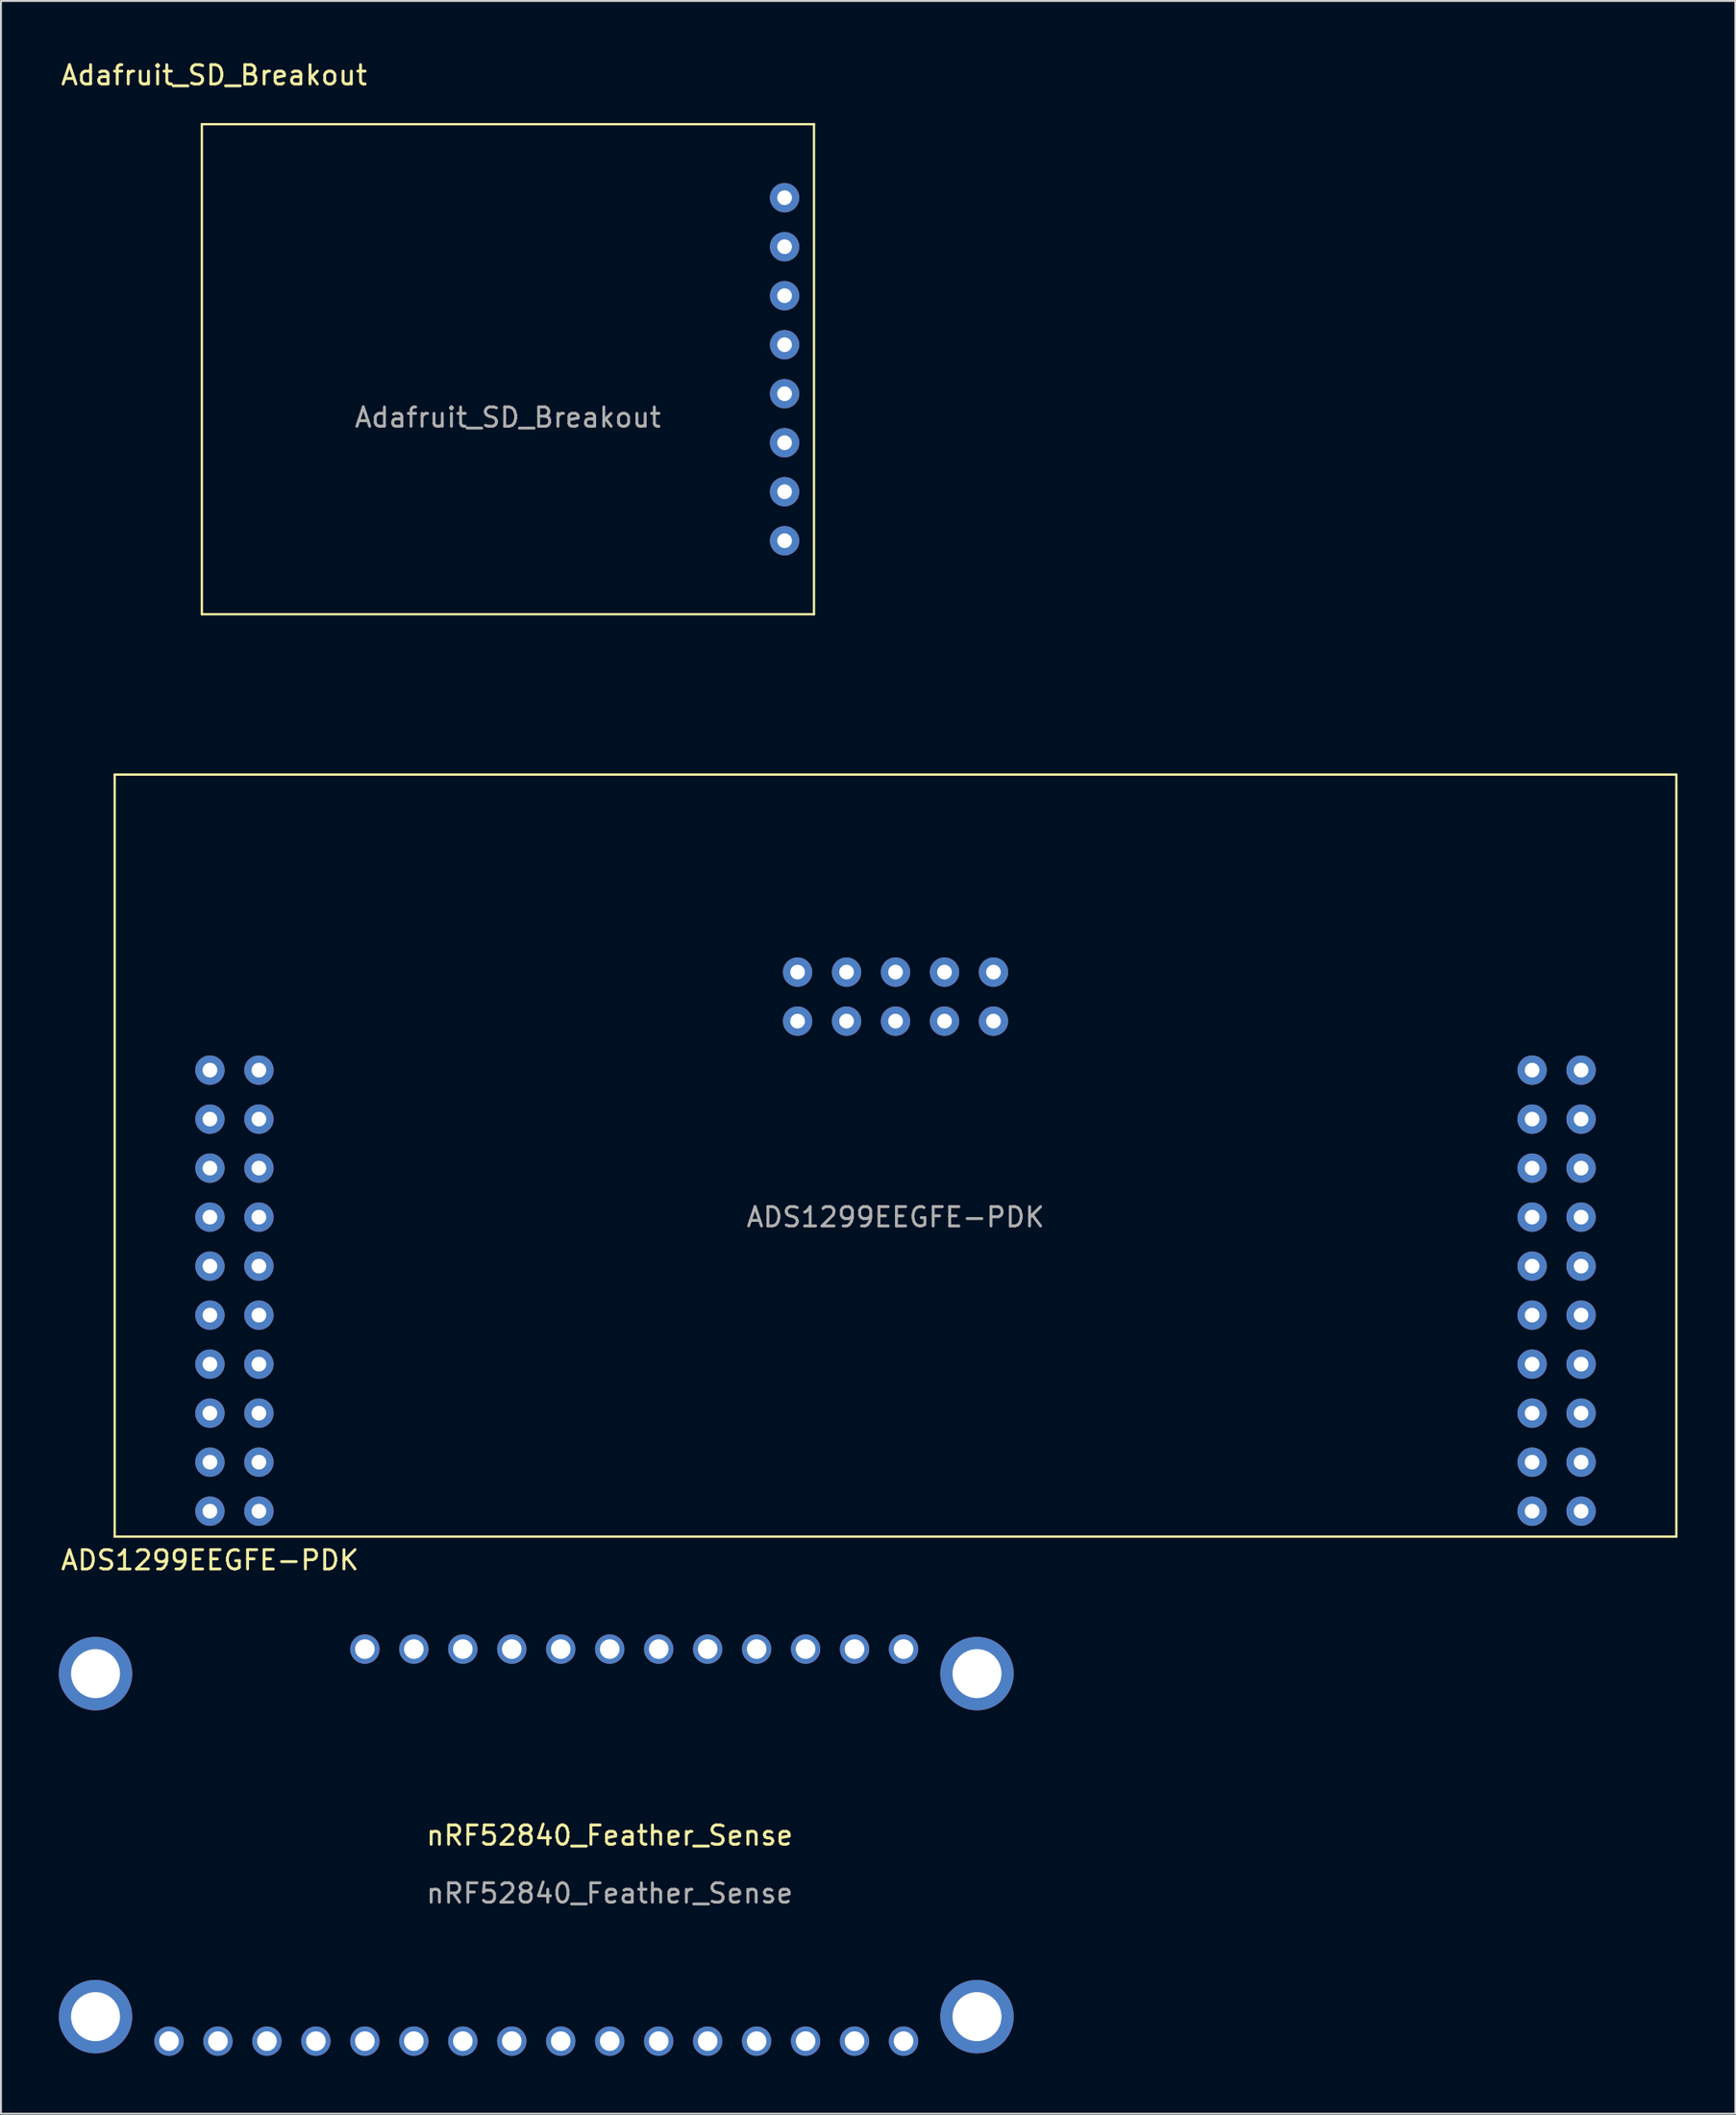
<source format=kicad_pcb>
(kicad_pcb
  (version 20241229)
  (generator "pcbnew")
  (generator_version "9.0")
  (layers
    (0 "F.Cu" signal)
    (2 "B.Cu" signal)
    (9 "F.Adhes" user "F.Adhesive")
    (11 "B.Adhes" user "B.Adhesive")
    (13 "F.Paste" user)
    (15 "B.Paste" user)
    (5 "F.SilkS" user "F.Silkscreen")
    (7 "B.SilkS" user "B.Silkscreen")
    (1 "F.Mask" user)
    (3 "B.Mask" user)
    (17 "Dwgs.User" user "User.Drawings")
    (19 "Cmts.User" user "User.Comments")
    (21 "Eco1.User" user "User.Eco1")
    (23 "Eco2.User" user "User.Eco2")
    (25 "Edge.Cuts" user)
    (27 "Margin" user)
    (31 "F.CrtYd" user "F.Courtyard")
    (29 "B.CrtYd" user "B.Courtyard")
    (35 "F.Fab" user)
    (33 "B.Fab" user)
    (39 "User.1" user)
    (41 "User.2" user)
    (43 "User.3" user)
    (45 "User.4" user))
  (footprint "Adafruit_SD_Breakout"
    (layer "F.Cu")
    (at 23.294 16.088)
    (property "Reference" "Adafruit_SD_Breakout" (at -15.24 -15.24 0) (unlocked yes) (layer "F.SilkS") (effects (font (size 1 1) (thickness 0.15))))
    (attr through_hole)
    (fp_line (start -15.875 -12.7) (end -15.875 12.7) (stroke (width 0.12) (type solid)) (layer "F.SilkS"))
    (fp_line (start -15.875 12.7) (end 15.875 12.7) (stroke (width 0.12) (type solid)) (layer "F.SilkS"))
    (fp_line (start 15.875 -12.7) (end -15.875 -12.7) (stroke (width 0.12) (type solid)) (layer "F.SilkS"))
    (fp_line (start 15.875 12.7) (end 15.875 -12.7) (stroke (width 0.12) (type solid)) (layer "F.SilkS"))
    (fp_text user "${REFERENCE}" (at 0 2.5 0) (unlocked yes) (layer "F.Fab") (effects (font (size 1 1) (thickness 0.15))))
    (pad "1" thru_hole circle (at 14.351 8.89) (size 1.524 1.524) (drill 0.762) (layers "*.Cu" "*.Mask"))
    (pad "2" thru_hole circle (at 14.351 6.35) (size 1.524 1.524) (drill 0.762) (layers "*.Cu" "*.Mask"))
    (pad "3" thru_hole circle (at 14.351 3.81) (size 1.524 1.524) (drill 0.762) (layers "*.Cu" "*.Mask"))
    (pad "4" thru_hole circle (at 14.351 1.27) (size 1.524 1.524) (drill 0.762) (layers "*.Cu" "*.Mask"))
    (pad "5" thru_hole circle (at 14.351 -1.27) (size 1.524 1.524) (drill 0.762) (layers "*.Cu" "*.Mask"))
    (pad "6" thru_hole circle (at 14.351 -3.81) (size 1.524 1.524) (drill 0.762) (layers "*.Cu" "*.Mask"))
    (pad "7" thru_hole circle (at 14.351 -6.35) (size 1.524 1.524) (drill 0.762) (layers "*.Cu" "*.Mask"))
    (pad "8" thru_hole circle (at 14.351 -8.89) (size 1.524 1.524) (drill 0.762) (layers "*.Cu" "*.Mask")))
  (footprint "nRF52840_Feather_Sense"
    (layer "F.Cu")
    (at 28.575 92.588)
    (property "Reference" "nRF52840_Feather_Sense" (at 0 -0.5 0) (unlocked yes) (layer "F.SilkS") (effects (font (size 1 1) (thickness 0.15))))
    (attr through_hole)
    (fp_text user "${REFERENCE}" (at 0 2.5 0) (unlocked yes) (layer "F.Fab") (effects (font (size 1 1) (thickness 0.15))))
    (pad "1" thru_hole circle (at -22.86 10.16) (size 1.524 1.524) (drill 1.016) (layers "*.Cu" "*.Mask"))
    (pad "2" thru_hole circle (at -20.32 10.16) (size 1.524 1.524) (drill 1.016) (layers "*.Cu" "*.Mask"))
    (pad "3" thru_hole circle (at -17.78 10.16) (size 1.524 1.524) (drill 1.016) (layers "*.Cu" "*.Mask"))
    (pad "4" thru_hole circle (at -15.24 10.16) (size 1.524 1.524) (drill 1.016) (layers "*.Cu" "*.Mask"))
    (pad "5" thru_hole circle (at -12.7 10.16) (size 1.524 1.524) (drill 1.016) (layers "*.Cu" "*.Mask"))
    (pad "6" thru_hole circle (at -10.16 10.16) (size 1.524 1.524) (drill 1.016) (layers "*.Cu" "*.Mask"))
    (pad "7" thru_hole circle (at -7.62 10.16) (size 1.524 1.524) (drill 1.016) (layers "*.Cu" "*.Mask"))
    (pad "8" thru_hole circle (at -5.08 10.16) (size 1.524 1.524) (drill 1.016) (layers "*.Cu" "*.Mask"))
    (pad "9" thru_hole circle (at -2.54 10.16) (size 1.524 1.524) (drill 1.016) (layers "*.Cu" "*.Mask"))
    (pad "10" thru_hole circle (at 0 10.16) (size 1.524 1.524) (drill 1.016) (layers "*.Cu" "*.Mask"))
    (pad "11" thru_hole circle (at 2.54 10.16) (size 1.524 1.524) (drill 1.016) (layers "*.Cu" "*.Mask"))
    (pad "12" thru_hole circle (at 5.08 10.16) (size 1.524 1.524) (drill 1.016) (layers "*.Cu" "*.Mask"))
    (pad "13" thru_hole circle (at 7.62 10.16) (size 1.524 1.524) (drill 1.016) (layers "*.Cu" "*.Mask"))
    (pad "14" thru_hole circle (at 10.16 10.16) (size 1.524 1.524) (drill 1.016) (layers "*.Cu" "*.Mask"))
    (pad "15" thru_hole circle (at 12.7 10.16) (size 1.524 1.524) (drill 1.016) (layers "*.Cu" "*.Mask"))
    (pad "16" thru_hole circle (at 15.24 10.16) (size 1.524 1.524) (drill 1.016) (layers "*.Cu" "*.Mask"))
    (pad "17" thru_hole circle (at 15.24 -10.16) (size 1.524 1.524) (drill 1.016) (layers "*.Cu" "*.Mask"))
    (pad "18" thru_hole circle (at 12.7 -10.16) (size 1.524 1.524) (drill 1.016) (layers "*.Cu" "*.Mask"))
    (pad "19" thru_hole circle (at 10.16 -10.16) (size 1.524 1.524) (drill 1.016) (layers "*.Cu" "*.Mask"))
    (pad "20" thru_hole circle (at 7.62 -10.16) (size 1.524 1.524) (drill 1.016) (layers "*.Cu" "*.Mask"))
    (pad "21" thru_hole circle (at 5.08 -10.16) (size 1.524 1.524) (drill 1.016) (layers "*.Cu" "*.Mask"))
    (pad "22" thru_hole circle (at 2.54 -10.16) (size 1.524 1.524) (drill 1.016) (layers "*.Cu" "*.Mask"))
    (pad "23" thru_hole circle (at 0 -10.16) (size 1.524 1.524) (drill 1.016) (layers "*.Cu" "*.Mask"))
    (pad "24" thru_hole circle (at -2.54 -10.16) (size 1.524 1.524) (drill 1.016) (layers "*.Cu" "*.Mask"))
    (pad "25" thru_hole circle (at -5.08 -10.16) (size 1.524 1.524) (drill 1.016) (layers "*.Cu" "*.Mask"))
    (pad "26" thru_hole circle (at -7.62 -10.16) (size 1.524 1.524) (drill 1.016) (layers "*.Cu" "*.Mask"))
    (pad "27" thru_hole circle (at -10.16 -10.16) (size 1.524 1.524) (drill 1.016) (layers "*.Cu" "*.Mask"))
    (pad "28" thru_hole circle (at -12.7 -10.16) (size 1.524 1.524) (drill 1.016) (layers "*.Cu" "*.Mask"))
    (pad "M1" thru_hole circle (at -26.67 8.89) (size 3.81 3.81) (drill 2.54) (layers "*.Cu" "*.Mask"))
    (pad "M2" thru_hole circle (at 19.05 8.89) (size 3.81 3.81) (drill 2.54) (layers "*.Cu" "*.Mask"))
    (pad "M3" thru_hole circle (at 19.05 -8.89) (size 3.81 3.81) (drill 2.54) (layers "*.Cu" "*.Mask"))
    (pad "M4" thru_hole circle (at -26.67 -8.89) (size 3.81 3.81) (drill 2.54) (layers "*.Cu" "*.Mask")))
  (footprint "ADS1299EEGFE-PDK"
    (layer "F.Cu")
    (at 43.399 32.098)
    (property "Reference" "ADS1299EEGFE-PDK" (at -35.56 45.72 0) (unlocked yes) (layer "F.SilkS") (effects (font (size 1 1) (thickness 0.15))))
    (attr through_hole)
    (fp_line (start -40.5 5) (end 40.5 5) (stroke (width 0.12) (type solid)) (layer "F.SilkS"))
    (fp_line (start -40.5 44.5) (end -40.5 5) (stroke (width 0.12) (type solid)) (layer "F.SilkS"))
    (fp_line (start 40.5 44.5) (end -40.5 44.5) (stroke (width 0.12) (type solid)) (layer "F.SilkS"))
    (fp_line (start 40.5 44.5) (end 40.5 5) (stroke (width 0.12) (type solid)) (layer "F.SilkS"))
    (fp_text user "${REFERENCE}" (at 0 27.94 0) (unlocked yes) (layer "F.Fab") (effects (font (size 1 1) (thickness 0.15))))
    (pad "2" thru_hole circle (at -5.08 15.24) (size 1.524 1.524) (drill 0.762) (layers "*.Cu" "*.Mask"))
    (pad "3" thru_hole circle (at -2.54 15.24) (size 1.524 1.524) (drill 0.762) (layers "*.Cu" "*.Mask"))
    (pad "4" thru_hole circle (at 0 15.24) (size 1.524 1.524) (drill 0.762) (layers "*.Cu" "*.Mask"))
    (pad "5" thru_hole circle (at 2.54 15.24) (size 1.524 1.524) (drill 0.762) (layers "*.Cu" "*.Mask"))
    (pad "6" thru_hole circle (at 5.08 15.24) (size 1.524 1.524) (drill 0.762) (layers "*.Cu" "*.Mask"))
    (pad "7" thru_hole circle (at 5.08 17.78) (size 1.524 1.524) (drill 0.762) (layers "*.Cu" "*.Mask"))
    (pad "8" thru_hole circle (at 2.54 17.78) (size 1.524 1.524) (drill 0.762) (layers "*.Cu" "*.Mask"))
    (pad "9" thru_hole circle (at 0 17.78) (size 1.524 1.524) (drill 0.762) (layers "*.Cu" "*.Mask"))
    (pad "10" thru_hole circle (at -2.54 17.78) (size 1.524 1.524) (drill 0.762) (layers "*.Cu" "*.Mask"))
    (pad "11" thru_hole circle (at -5.08 17.78) (size 1.524 1.524) (drill 0.762) (layers "*.Cu" "*.Mask"))
    (pad "12" thru_hole circle (at -35.56 43.18) (size 1.524 1.524) (drill 0.762) (layers "*.Cu" "*.Mask"))
    (pad "13" thru_hole circle (at -35.56 40.64) (size 1.524 1.524) (drill 0.762) (layers "*.Cu" "*.Mask"))
    (pad "14" thru_hole circle (at -35.56 38.1) (size 1.524 1.524) (drill 0.762) (layers "*.Cu" "*.Mask"))
    (pad "15" thru_hole circle (at -35.56 35.56) (size 1.524 1.524) (drill 0.762) (layers "*.Cu" "*.Mask"))
    (pad "16" thru_hole circle (at -35.56 33.02) (size 1.524 1.524) (drill 0.762) (layers "*.Cu" "*.Mask"))
    (pad "17" thru_hole circle (at -35.56 30.48) (size 1.524 1.524) (drill 0.762) (layers "*.Cu" "*.Mask"))
    (pad "18" thru_hole circle (at -35.56 27.94) (size 1.524 1.524) (drill 0.762) (layers "*.Cu" "*.Mask"))
    (pad "19" thru_hole circle (at -35.56 25.4) (size 1.524 1.524) (drill 0.762) (layers "*.Cu" "*.Mask"))
    (pad "20" thru_hole circle (at -35.56 22.86) (size 1.524 1.524) (drill 0.762) (layers "*.Cu" "*.Mask"))
    (pad "21" thru_hole circle (at -35.56 20.32) (size 1.524 1.524) (drill 0.762) (layers "*.Cu" "*.Mask"))
    (pad "22" thru_hole circle (at -33.02 20.32) (size 1.524 1.524) (drill 0.762) (layers "*.Cu" "*.Mask"))
    (pad "23" thru_hole circle (at -33.02 22.86) (size 1.524 1.524) (drill 0.762) (layers "*.Cu" "*.Mask"))
    (pad "24" thru_hole circle (at -33.02 25.4) (size 1.524 1.524) (drill 0.762) (layers "*.Cu" "*.Mask"))
    (pad "25" thru_hole circle (at -33.02 27.94) (size 1.524 1.524) (drill 0.762) (layers "*.Cu" "*.Mask"))
    (pad "26" thru_hole circle (at -33.02 30.48) (size 1.524 1.524) (drill 0.762) (layers "*.Cu" "*.Mask"))
    (pad "27" thru_hole circle (at -33.02 33.02) (size 1.524 1.524) (drill 0.762) (layers "*.Cu" "*.Mask"))
    (pad "28" thru_hole circle (at -33.02 35.56) (size 1.524 1.524) (drill 0.762) (layers "*.Cu" "*.Mask"))
    (pad "29" thru_hole circle (at -33.02 38.1) (size 1.524 1.524) (drill 0.762) (layers "*.Cu" "*.Mask"))
    (pad "30" thru_hole circle (at -33.02 40.64) (size 1.524 1.524) (drill 0.762) (layers "*.Cu" "*.Mask"))
    (pad "31" thru_hole circle (at -33.02 43.18) (size 1.524 1.524) (drill 0.762) (layers "*.Cu" "*.Mask"))
    (pad "32" thru_hole circle (at 33.02 43.18) (size 1.524 1.524) (drill 0.762) (layers "*.Cu" "*.Mask"))
    (pad "33" thru_hole circle (at 33.02 40.64) (size 1.524 1.524) (drill 0.762) (layers "*.Cu" "*.Mask"))
    (pad "34" thru_hole circle (at 33.02 38.1) (size 1.524 1.524) (drill 0.762) (layers "*.Cu" "*.Mask"))
    (pad "35" thru_hole circle (at 33.02 35.56) (size 1.524 1.524) (drill 0.762) (layers "*.Cu" "*.Mask"))
    (pad "36" thru_hole circle (at 33.02 33.02) (size 1.524 1.524) (drill 0.762) (layers "*.Cu" "*.Mask"))
    (pad "37" thru_hole circle (at 33.02 30.48) (size 1.524 1.524) (drill 0.762) (layers "*.Cu" "*.Mask"))
    (pad "38" thru_hole circle (at 33.02 27.94) (size 1.524 1.524) (drill 0.762) (layers "*.Cu" "*.Mask"))
    (pad "39" thru_hole circle (at 33.02 25.4) (size 1.524 1.524) (drill 0.762) (layers "*.Cu" "*.Mask"))
    (pad "40" thru_hole circle (at 33.02 22.86) (size 1.524 1.524) (drill 0.762) (layers "*.Cu" "*.Mask"))
    (pad "41" thru_hole circle (at 33.02 20.32) (size 1.524 1.524) (drill 0.762) (layers "*.Cu" "*.Mask"))
    (pad "42" thru_hole circle (at 35.56 20.32) (size 1.524 1.524) (drill 0.762) (layers "*.Cu" "*.Mask"))
    (pad "43" thru_hole circle (at 35.56 22.86) (size 1.524 1.524) (drill 0.762) (layers "*.Cu" "*.Mask"))
    (pad "44" thru_hole circle (at 35.56 25.4) (size 1.524 1.524) (drill 0.762) (layers "*.Cu" "*.Mask"))
    (pad "45" thru_hole circle (at 35.56 27.94) (size 1.524 1.524) (drill 0.762) (layers "*.Cu" "*.Mask"))
    (pad "46" thru_hole circle (at 35.56 30.48) (size 1.524 1.524) (drill 0.762) (layers "*.Cu" "*.Mask"))
    (pad "47" thru_hole circle (at 35.56 33.02) (size 1.524 1.524) (drill 0.762) (layers "*.Cu" "*.Mask"))
    (pad "48" thru_hole circle (at 35.56 35.56) (size 1.524 1.524) (drill 0.762) (layers "*.Cu" "*.Mask"))
    (pad "51" thru_hole circle (at 35.56 38.1) (size 1.524 1.524) (drill 0.762) (layers "*.Cu" "*.Mask"))
    (pad "52" thru_hole circle (at 35.56 40.64) (size 1.524 1.524) (drill 0.762) (layers "*.Cu" "*.Mask"))
    (pad "53" thru_hole circle (at 35.56 43.18) (size 1.524 1.524) (drill 0.762) (layers "*.Cu" "*.Mask")))
  (gr_rect
    (start -3 -3)
    (end 86.959 106.51)
    (stroke (width 0.1) (type default))
    (fill no)
    (layer "Edge.Cuts")))
</source>
